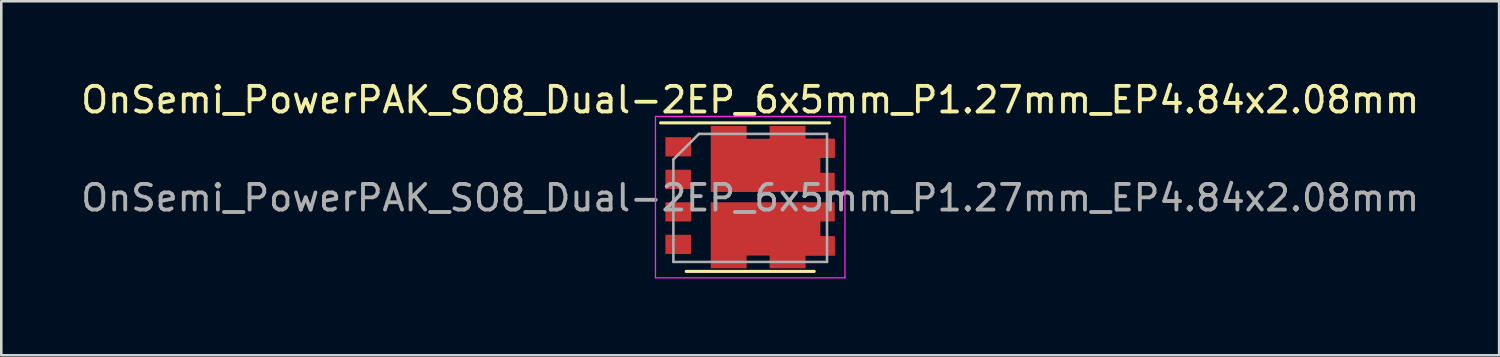
<source format=kicad_pcb>
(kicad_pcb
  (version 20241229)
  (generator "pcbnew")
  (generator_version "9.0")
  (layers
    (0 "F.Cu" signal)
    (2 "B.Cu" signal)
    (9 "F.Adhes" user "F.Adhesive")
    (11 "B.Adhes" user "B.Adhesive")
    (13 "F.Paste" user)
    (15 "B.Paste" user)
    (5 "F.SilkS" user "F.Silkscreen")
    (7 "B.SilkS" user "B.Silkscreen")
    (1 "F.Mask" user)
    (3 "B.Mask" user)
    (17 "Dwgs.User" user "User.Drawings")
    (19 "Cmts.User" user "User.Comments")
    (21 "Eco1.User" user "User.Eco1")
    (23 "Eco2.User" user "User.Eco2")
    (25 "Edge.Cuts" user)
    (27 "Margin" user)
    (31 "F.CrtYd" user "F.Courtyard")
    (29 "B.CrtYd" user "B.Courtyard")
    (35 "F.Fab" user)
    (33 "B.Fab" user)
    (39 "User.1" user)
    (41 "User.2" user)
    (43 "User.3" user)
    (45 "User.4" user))
  (footprint "OnSemi_PowerPAK_SO8_Dual-2EP_6x5mm_P1.27mm_EP4.84x2.08mm"
    (layer "F.Cu")
    (at 26.244 4.648)
    (property "Reference" "OnSemi_PowerPAK_SO8_Dual-2EP_6x5mm_P1.27mm_EP4.84x2.08mm" (at 0 -3.8 0) (layer "F.SilkS") (effects (font (size 1 1) (thickness 0.15))))
    (attr smd)
    (fp_line (start -3.5 -2.9) (end 3.1 -2.9) (stroke (width 0.12) (type solid)) (layer "F.SilkS"))
    (fp_line (start -2.5 2.9) (end 2.5 2.9) (stroke (width 0.12) (type solid)) (layer "F.SilkS"))
    (fp_line (start -3.7 -3.15) (end 3.7 -3.15) (stroke (width 0.05) (type solid)) (layer "F.CrtYd"))
    (fp_line (start -3.7 3.15) (end -3.7 -3.15) (stroke (width 0.05) (type solid)) (layer "F.CrtYd"))
    (fp_line (start 3.7 -3.15) (end 3.7 3.15) (stroke (width 0.05) (type solid)) (layer "F.CrtYd"))
    (fp_line (start 3.7 3.15) (end -3.7 3.15) (stroke (width 0.05) (type solid)) (layer "F.CrtYd"))
    (fp_line (start -3 2.53) (end -3 -1.47) (stroke (width 0.1) (type solid)) (layer "F.Fab"))
    (fp_line (start -2 -2.47) (end -3 -1.47) (stroke (width 0.1) (type solid)) (layer "F.Fab"))
    (fp_line (start -2 -2.47) (end 3 -2.47) (stroke (width 0.1) (type solid)) (layer "F.Fab"))
    (fp_line (start 3 -2.47) (end 3 2.53) (stroke (width 0.1) (type solid)) (layer "F.Fab"))
    (fp_line (start 3 2.53) (end -3 2.53) (stroke (width 0.1) (type solid)) (layer "F.Fab"))
    (fp_text user "${REFERENCE}" (at 0 0.03 0) (layer "F.Fab") (effects (font (size 1 1) (thickness 0.15))))
    (pad "1" smd rect (at -2.81 -1.965) (size 1 0.75) (layers "F.Cu" "F.Mask" "F.Paste"))
    (pad "2" smd rect (at -2.81 -0.695) (size 1 0.75) (layers "F.Cu" "F.Mask" "F.Paste"))
    (pad "3" smd rect (at -2.81 0.575) (size 1 0.75) (layers "F.Cu" "F.Mask" "F.Paste"))
    (pad "4" smd rect (at -2.81 1.845) (size 1 0.75) (layers "F.Cu" "F.Mask" "F.Paste"))
    (pad "5" smd custom (at 2.73 0.575 180) (size 1.14 0.75) (layers "F.Cu" "F.Mask" "F.Paste") (options (anchor rect)) (primitives (gr_poly (pts (xy -0.57 0.375) (xy 4.27 0.375) (xy 4.27 -2.205) (xy 2.87 -2.205) (xy 2.87 -1.705) (xy 1.97 -1.705) (xy 1.97 -2.205) (xy 0.57 -2.205) (xy 0.57 -1.705) (xy -0.57 -1.705) (xy -0.57 -0.955) (xy -0.01 -0.955) (xy -0.01 -0.375) (xy -0.57 -0.375)) (width 0) (fill yes))))
    (pad "5" smd rect (at 2.73 1.905) (size 1.14 0.75) (layers "F.Cu" "F.Mask" "F.Paste"))
    (pad "6" smd rect (at 2.73 -1.905) (size 1.14 0.75) (layers "F.Cu" "F.Mask" "F.Paste"))
    (pad "6" smd custom (at 2.73 -0.575) (size 1.14 0.75) (layers "F.Cu" "F.Mask" "F.Paste") (options (anchor rect)) (primitives (gr_poly (pts (xy 0.57 0.375) (xy -4.27 0.375) (xy -4.27 -2.205) (xy -2.87 -2.205) (xy -2.87 -1.705) (xy -1.97 -1.705) (xy -1.97 -2.205) (xy -0.57 -2.205) (xy -0.57 -1.705) (xy 0.57 -1.705) (xy 0.57 -0.955) (xy 0.01 -0.955) (xy 0.01 -0.375) (xy 0.57 -0.375)) (width 0) (fill yes)))))
  (gr_rect
    (start -3 -3)
    (end 55.488 10.823)
    (stroke (width 0.1) (type default))
    (fill no)
    (layer "Edge.Cuts")))
</source>
